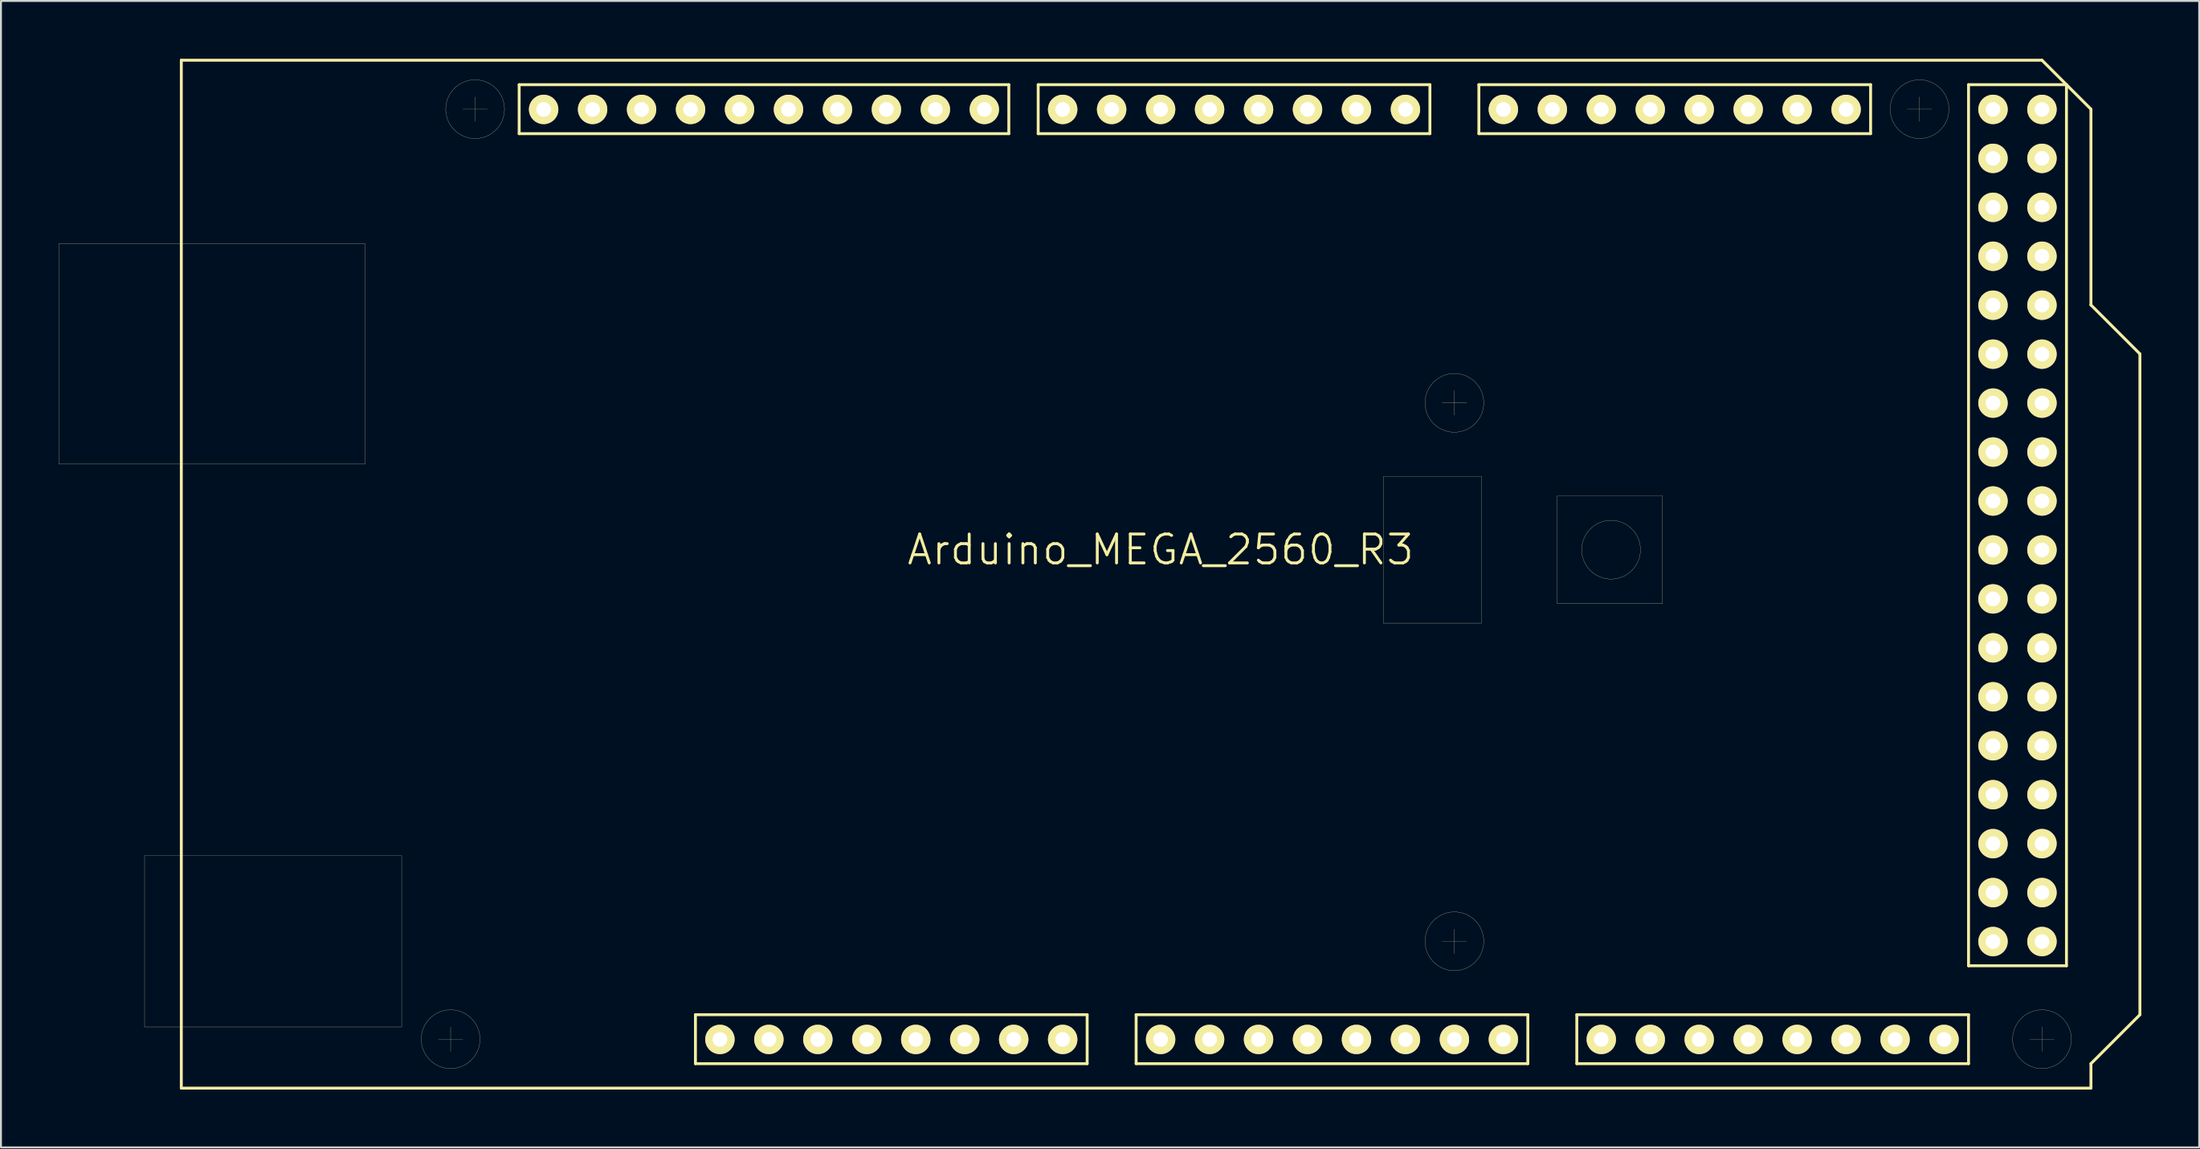
<source format=kicad_pcb>
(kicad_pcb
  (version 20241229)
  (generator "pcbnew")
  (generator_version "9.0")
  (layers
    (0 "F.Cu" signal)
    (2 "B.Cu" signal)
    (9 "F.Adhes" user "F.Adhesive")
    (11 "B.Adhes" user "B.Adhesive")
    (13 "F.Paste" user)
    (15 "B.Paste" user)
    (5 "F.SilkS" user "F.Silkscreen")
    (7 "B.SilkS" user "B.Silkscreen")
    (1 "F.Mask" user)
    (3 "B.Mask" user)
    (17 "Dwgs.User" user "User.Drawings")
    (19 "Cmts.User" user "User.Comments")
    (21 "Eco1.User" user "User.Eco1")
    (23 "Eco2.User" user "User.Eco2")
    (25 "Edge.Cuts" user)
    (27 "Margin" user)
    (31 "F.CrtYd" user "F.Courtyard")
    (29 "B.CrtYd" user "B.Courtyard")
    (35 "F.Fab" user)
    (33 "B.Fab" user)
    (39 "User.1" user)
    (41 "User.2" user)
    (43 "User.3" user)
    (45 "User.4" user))
  (footprint "Arduino_MEGA_2560_R3"
    (layer "F.Cu")
    (at 57.155 26.745)
    (property "Reference" "Arduino_MEGA_2560_R3" (at 0 -1.27 0) (layer "F.SilkS") (effects (font (size 1.5 1.5) (thickness 0.15))))
    (attr through_hole)
    (fp_line (start -57.15 -17.145) (end -41.275 -17.145) (stroke (width 0.01) (type solid)) (layer "F.SilkS"))
    (fp_line (start -57.15 -5.715) (end -57.15 -17.145) (stroke (width 0.01) (type solid)) (layer "F.SilkS"))
    (fp_line (start -52.705 14.605) (end -52.705 23.495) (stroke (width 0.01) (type solid)) (layer "F.SilkS"))
    (fp_line (start -52.705 23.495) (end -39.37 23.495) (stroke (width 0.01) (type solid)) (layer "F.SilkS"))
    (fp_line (start -50.8 -26.67) (end -50.8 26.67) (stroke (width 0.15) (type solid)) (layer "F.SilkS"))
    (fp_line (start -50.8 26.67) (end 48.26 26.67) (stroke (width 0.15) (type solid)) (layer "F.SilkS"))
    (fp_line (start -41.275 -17.145) (end -41.275 -5.715) (stroke (width 0.01) (type solid)) (layer "F.SilkS"))
    (fp_line (start -41.275 -5.715) (end -57.15 -5.715) (stroke (width 0.01) (type solid)) (layer "F.SilkS"))
    (fp_line (start -39.37 14.605) (end -52.705 14.605) (stroke (width 0.01) (type solid)) (layer "F.SilkS"))
    (fp_line (start -39.37 23.495) (end -39.37 14.605) (stroke (width 0.01) (type solid)) (layer "F.SilkS"))
    (fp_line (start -37.465 24.13) (end -36.195 24.13) (stroke (width 0.01) (type solid)) (layer "F.SilkS"))
    (fp_line (start -36.83 23.495) (end -36.83 24.765) (stroke (width 0.01) (type solid)) (layer "F.SilkS"))
    (fp_line (start -36.195 -24.13) (end -34.925 -24.13) (stroke (width 0.01) (type solid)) (layer "F.SilkS"))
    (fp_line (start -35.56 -24.765) (end -35.56 -23.495) (stroke (width 0.01) (type solid)) (layer "F.SilkS"))
    (fp_line (start -33.274 -25.4) (end -7.874 -25.4) (stroke (width 0.15) (type solid)) (layer "F.SilkS"))
    (fp_line (start -33.274 -22.86) (end -33.274 -25.4) (stroke (width 0.15) (type solid)) (layer "F.SilkS"))
    (fp_line (start -24.13 22.86) (end -3.81 22.86) (stroke (width 0.15) (type solid)) (layer "F.SilkS"))
    (fp_line (start -24.13 25.4) (end -24.13 22.86) (stroke (width 0.15) (type solid)) (layer "F.SilkS"))
    (fp_line (start -7.874 -25.4) (end -7.874 -22.86) (stroke (width 0.15) (type solid)) (layer "F.SilkS"))
    (fp_line (start -7.874 -22.86) (end -33.274 -22.86) (stroke (width 0.15) (type solid)) (layer "F.SilkS"))
    (fp_line (start -6.35 -25.4) (end 13.97 -25.4) (stroke (width 0.15) (type solid)) (layer "F.SilkS"))
    (fp_line (start -6.35 -22.86) (end -6.35 -25.4) (stroke (width 0.15) (type solid)) (layer "F.SilkS"))
    (fp_line (start -3.81 22.86) (end -3.81 25.4) (stroke (width 0.15) (type solid)) (layer "F.SilkS"))
    (fp_line (start -3.81 25.4) (end -24.13 25.4) (stroke (width 0.15) (type solid)) (layer "F.SilkS"))
    (fp_line (start -1.27 22.86) (end -1.27 25.4) (stroke (width 0.15) (type solid)) (layer "F.SilkS"))
    (fp_line (start -1.27 25.4) (end 19.05 25.4) (stroke (width 0.15) (type solid)) (layer "F.SilkS"))
    (fp_line (start 11.557 -5.08) (end 16.637 -5.08) (stroke (width 0.01) (type solid)) (layer "F.SilkS"))
    (fp_line (start 11.557 2.54) (end 11.557 -5.08) (stroke (width 0.01) (type solid)) (layer "F.SilkS"))
    (fp_line (start 13.97 -25.4) (end 13.97 -22.86) (stroke (width 0.15) (type solid)) (layer "F.SilkS"))
    (fp_line (start 13.97 -22.86) (end -6.35 -22.86) (stroke (width 0.15) (type solid)) (layer "F.SilkS"))
    (fp_line (start 14.605 -8.89) (end 15.875 -8.89) (stroke (width 0.01) (type solid)) (layer "F.SilkS"))
    (fp_line (start 14.605 19.05) (end 15.875 19.05) (stroke (width 0.01) (type solid)) (layer "F.SilkS"))
    (fp_line (start 15.24 -9.525) (end 15.24 -8.255) (stroke (width 0.01) (type solid)) (layer "F.SilkS"))
    (fp_line (start 15.24 18.415) (end 15.24 19.685) (stroke (width 0.01) (type solid)) (layer "F.SilkS"))
    (fp_line (start 16.51 -25.4) (end 36.83 -25.4) (stroke (width 0.15) (type solid)) (layer "F.SilkS"))
    (fp_line (start 16.51 -22.86) (end 16.51 -25.4) (stroke (width 0.15) (type solid)) (layer "F.SilkS"))
    (fp_line (start 16.637 -5.08) (end 16.637 2.54) (stroke (width 0.01) (type solid)) (layer "F.SilkS"))
    (fp_line (start 16.637 2.54) (end 11.557 2.54) (stroke (width 0.01) (type solid)) (layer "F.SilkS"))
    (fp_line (start 19.05 22.86) (end -1.27 22.86) (stroke (width 0.15) (type solid)) (layer "F.SilkS"))
    (fp_line (start 19.05 25.4) (end 19.05 22.86) (stroke (width 0.15) (type solid)) (layer "F.SilkS"))
    (fp_line (start 20.574 -4.064) (end 26.035 -4.064) (stroke (width 0.01) (type solid)) (layer "F.SilkS"))
    (fp_line (start 20.574 1.524) (end 20.574 -4.064) (stroke (width 0.01) (type solid)) (layer "F.SilkS"))
    (fp_line (start 21.59 22.86) (end 41.91 22.86) (stroke (width 0.15) (type solid)) (layer "F.SilkS"))
    (fp_line (start 21.59 25.4) (end 21.59 22.86) (stroke (width 0.15) (type solid)) (layer "F.SilkS"))
    (fp_line (start 26.035 -4.064) (end 26.035 1.524) (stroke (width 0.01) (type solid)) (layer "F.SilkS"))
    (fp_line (start 26.035 1.524) (end 20.574 1.524) (stroke (width 0.01) (type solid)) (layer "F.SilkS"))
    (fp_line (start 36.83 -25.4) (end 36.83 -22.86) (stroke (width 0.15) (type solid)) (layer "F.SilkS"))
    (fp_line (start 36.83 -22.86) (end 16.51 -22.86) (stroke (width 0.15) (type solid)) (layer "F.SilkS"))
    (fp_line (start 38.735 -24.13) (end 40.005 -24.13) (stroke (width 0.01) (type solid)) (layer "F.SilkS"))
    (fp_line (start 39.37 -24.765) (end 39.37 -23.495) (stroke (width 0.01) (type solid)) (layer "F.SilkS"))
    (fp_line (start 41.91 -25.4) (end 41.91 20.32) (stroke (width 0.15) (type solid)) (layer "F.SilkS"))
    (fp_line (start 41.91 20.32) (end 46.99 20.32) (stroke (width 0.15) (type solid)) (layer "F.SilkS"))
    (fp_line (start 41.91 22.86) (end 41.91 25.4) (stroke (width 0.15) (type solid)) (layer "F.SilkS"))
    (fp_line (start 41.91 25.4) (end 21.59 25.4) (stroke (width 0.15) (type solid)) (layer "F.SilkS"))
    (fp_line (start 45.085 24.13) (end 46.355 24.13) (stroke (width 0.01) (type solid)) (layer "F.SilkS"))
    (fp_line (start 45.72 -26.67) (end -50.8 -26.67) (stroke (width 0.15) (type solid)) (layer "F.SilkS"))
    (fp_line (start 45.72 23.495) (end 45.72 24.765) (stroke (width 0.01) (type solid)) (layer "F.SilkS"))
    (fp_line (start 46.99 -25.4) (end 41.91 -25.4) (stroke (width 0.15) (type solid)) (layer "F.SilkS"))
    (fp_line (start 46.99 20.32) (end 46.99 -25.4) (stroke (width 0.15) (type solid)) (layer "F.SilkS"))
    (fp_line (start 48.26 -24.13) (end 45.72 -26.67) (stroke (width 0.15) (type solid)) (layer "F.SilkS"))
    (fp_line (start 48.26 -13.97) (end 48.26 -24.13) (stroke (width 0.15) (type solid)) (layer "F.SilkS"))
    (fp_line (start 48.26 25.4) (end 50.8 22.86) (stroke (width 0.15) (type solid)) (layer "F.SilkS"))
    (fp_line (start 48.26 26.67) (end 48.26 25.4) (stroke (width 0.15) (type solid)) (layer "F.SilkS"))
    (fp_line (start 50.8 -11.43) (end 48.26 -13.97) (stroke (width 0.15) (type solid)) (layer "F.SilkS"))
    (fp_line (start 50.8 22.86) (end 50.8 -11.43) (stroke (width 0.15) (type solid)) (layer "F.SilkS"))
    (fp_circle (center -36.83 24.13) (end -35.306 24.13) (stroke (width 0.01) (type solid)) (fill no) (layer "F.SilkS"))
    (fp_circle (center -35.56 -24.13) (end -37.084 -24.13) (stroke (width 0.01) (type solid)) (fill no) (layer "F.SilkS"))
    (fp_circle (center 15.24 -8.89) (end 13.716 -8.89) (stroke (width 0.01) (type solid)) (fill no) (layer "F.SilkS"))
    (fp_circle (center 15.24 19.05) (end 16.764 19.05) (stroke (width 0.01) (type solid)) (fill no) (layer "F.SilkS"))
    (fp_circle (center 23.368 -1.27) (end 21.844 -1.27) (stroke (width 0.01) (type solid)) (fill no) (layer "F.SilkS"))
    (fp_circle (center 39.37 -24.13) (end 37.846 -24.13) (stroke (width 0.01) (type solid)) (fill no) (layer "F.SilkS"))
    (fp_circle (center 45.72 24.13) (end 47.244 24.13) (stroke (width 0.01) (type solid)) (fill no) (layer "F.SilkS"))
    (pad "0" thru_hole circle (at 12.7 -24.117) (size 1.524 1.524) (drill 0.762) (layers "*.Cu" "*.Mask" "F.SilkS"))
    (pad "1" thru_hole circle (at 10.16 -24.117) (size 1.524 1.524) (drill 0.762) (layers "*.Cu" "*.Mask" "F.SilkS"))
    (pad "2" thru_hole circle (at 7.62 -24.117) (size 1.524 1.524) (drill 0.762) (layers "*.Cu" "*.Mask" "F.SilkS"))
    (pad "3" thru_hole circle (at 5.08 -24.117) (size 1.524 1.524) (drill 0.762) (layers "*.Cu" "*.Mask" "F.SilkS"))
    (pad "3V3" thru_hole circle (at -15.24 24.143) (size 1.524 1.524) (drill 0.762) (layers "*.Cu" "*.Mask" "F.SilkS"))
    (pad "4" thru_hole circle (at 2.54 -24.117) (size 1.524 1.524) (drill 0.762) (layers "*.Cu" "*.Mask" "F.SilkS"))
    (pad "5" thru_hole circle (at 0 -24.117) (size 1.524 1.524) (drill 0.762) (layers "*.Cu" "*.Mask" "F.SilkS"))
    (pad "5V/1" thru_hole circle (at -12.7 24.143) (size 1.524 1.524) (drill 0.762) (layers "*.Cu" "*.Mask" "F.SilkS"))
    (pad "5V/2" thru_hole circle (at 43.18 -24.117) (size 1.524 1.524) (drill 0.762) (layers "*.Cu" "*.Mask" "F.SilkS"))
    (pad "5V/3" thru_hole circle (at 45.72 -24.117) (size 1.524 1.524) (drill 0.762) (layers "*.Cu" "*.Mask" "F.SilkS"))
    (pad "6" thru_hole circle (at -2.54 -24.117) (size 1.524 1.524) (drill 0.762) (layers "*.Cu" "*.Mask" "F.SilkS"))
    (pad "7" thru_hole circle (at -5.08 -24.117) (size 1.524 1.524) (drill 0.762) (layers "*.Cu" "*.Mask" "F.SilkS"))
    (pad "8" thru_hole circle (at -9.144 -24.117) (size 1.524 1.524) (drill 0.762) (layers "*.Cu" "*.Mask" "F.SilkS"))
    (pad "9" thru_hole circle (at -11.684 -24.117) (size 1.524 1.524) (drill 0.762) (layers "*.Cu" "*.Mask" "F.SilkS"))
    (pad "10" thru_hole circle (at -14.224 -24.117) (size 1.524 1.524) (drill 0.762) (layers "*.Cu" "*.Mask" "F.SilkS"))
    (pad "11" thru_hole circle (at -16.764 -24.117) (size 1.524 1.524) (drill 0.762) (layers "*.Cu" "*.Mask" "F.SilkS"))
    (pad "12" thru_hole circle (at -19.304 -24.117) (size 1.524 1.524) (drill 0.762) (layers "*.Cu" "*.Mask" "F.SilkS"))
    (pad "13" thru_hole circle (at -21.844 -24.117) (size 1.524 1.524) (drill 0.762) (layers "*.Cu" "*.Mask" "F.SilkS"))
    (pad "14" thru_hole circle (at 17.78 -24.117) (size 1.524 1.524) (drill 0.762) (layers "*.Cu" "*.Mask" "F.SilkS"))
    (pad "15" thru_hole circle (at 20.32 -24.117) (size 1.524 1.524) (drill 0.762) (layers "*.Cu" "*.Mask" "F.SilkS"))
    (pad "16" thru_hole circle (at 22.86 -24.117) (size 1.524 1.524) (drill 0.762) (layers "*.Cu" "*.Mask" "F.SilkS"))
    (pad "17" thru_hole circle (at 25.4 -24.117) (size 1.524 1.524) (drill 0.762) (layers "*.Cu" "*.Mask" "F.SilkS"))
    (pad "18" thru_hole circle (at 27.94 -24.117) (size 1.524 1.524) (drill 0.762) (layers "*.Cu" "*.Mask" "F.SilkS"))
    (pad "19" thru_hole circle (at 30.48 -24.117) (size 1.524 1.524) (drill 0.762) (layers "*.Cu" "*.Mask" "F.SilkS"))
    (pad "20/1" thru_hole circle (at 33.02 -24.117) (size 1.524 1.524) (drill 0.762) (layers "*.Cu" "*.Mask" "F.SilkS"))
    (pad "20/2" thru_hole circle (at -29.464 -24.117) (size 1.524 1.524) (drill 0.762) (layers "*.Cu" "*.Mask" "F.SilkS"))
    (pad "21/1" thru_hole circle (at 35.56 -24.117) (size 1.524 1.524) (drill 0.762) (layers "*.Cu" "*.Mask" "F.SilkS"))
    (pad "21/2" thru_hole circle (at -32.004 -24.117) (size 1.524 1.524) (drill 0.762) (layers "*.Cu" "*.Mask" "F.SilkS"))
    (pad "22" thru_hole circle (at 43.18 -21.577) (size 1.524 1.524) (drill 0.762) (layers "*.Cu" "*.Mask" "F.SilkS"))
    (pad "23" thru_hole circle (at 45.72 -21.577) (size 1.524 1.524) (drill 0.762) (layers "*.Cu" "*.Mask" "F.SilkS"))
    (pad "24" thru_hole circle (at 43.18 -19.037) (size 1.524 1.524) (drill 0.762) (layers "*.Cu" "*.Mask" "F.SilkS"))
    (pad "25" thru_hole circle (at 45.72 -19.037) (size 1.524 1.524) (drill 0.762) (layers "*.Cu" "*.Mask" "F.SilkS"))
    (pad "26" thru_hole circle (at 43.18 -16.497) (size 1.524 1.524) (drill 0.762) (layers "*.Cu" "*.Mask" "F.SilkS"))
    (pad "27" thru_hole circle (at 45.72 -16.497) (size 1.524 1.524) (drill 0.762) (layers "*.Cu" "*.Mask" "F.SilkS"))
    (pad "28" thru_hole circle (at 43.18 -13.957) (size 1.524 1.524) (drill 0.762) (layers "*.Cu" "*.Mask" "F.SilkS"))
    (pad "29" thru_hole circle (at 45.72 -13.957) (size 1.524 1.524) (drill 0.762) (layers "*.Cu" "*.Mask" "F.SilkS"))
    (pad "30" thru_hole circle (at 43.18 -11.417) (size 1.524 1.524) (drill 0.762) (layers "*.Cu" "*.Mask" "F.SilkS"))
    (pad "31" thru_hole circle (at 45.72 -11.417) (size 1.524 1.524) (drill 0.762) (layers "*.Cu" "*.Mask" "F.SilkS"))
    (pad "32" thru_hole circle (at 43.18 -8.877) (size 1.524 1.524) (drill 0.762) (layers "*.Cu" "*.Mask" "F.SilkS"))
    (pad "33" thru_hole circle (at 45.72 -8.877) (size 1.524 1.524) (drill 0.762) (layers "*.Cu" "*.Mask" "F.SilkS"))
    (pad "34" thru_hole circle (at 43.18 -6.337) (size 1.524 1.524) (drill 0.762) (layers "*.Cu" "*.Mask" "F.SilkS"))
    (pad "35" thru_hole circle (at 45.72 -6.337) (size 1.524 1.524) (drill 0.762) (layers "*.Cu" "*.Mask" "F.SilkS"))
    (pad "36" thru_hole circle (at 43.18 -3.797) (size 1.524 1.524) (drill 0.762) (layers "*.Cu" "*.Mask" "F.SilkS"))
    (pad "37" thru_hole circle (at 45.72 -3.797) (size 1.524 1.524) (drill 0.762) (layers "*.Cu" "*.Mask" "F.SilkS"))
    (pad "38" thru_hole circle (at 43.18 -1.257) (size 1.524 1.524) (drill 0.762) (layers "*.Cu" "*.Mask" "F.SilkS"))
    (pad "39" thru_hole circle (at 45.72 -1.257) (size 1.524 1.524) (drill 0.762) (layers "*.Cu" "*.Mask" "F.SilkS"))
    (pad "40" thru_hole circle (at 43.18 1.283) (size 1.524 1.524) (drill 0.762) (layers "*.Cu" "*.Mask" "F.SilkS"))
    (pad "41" thru_hole circle (at 45.72 1.283) (size 1.524 1.524) (drill 0.762) (layers "*.Cu" "*.Mask" "F.SilkS"))
    (pad "42" thru_hole circle (at 43.18 3.823) (size 1.524 1.524) (drill 0.762) (layers "*.Cu" "*.Mask" "F.SilkS"))
    (pad "43" thru_hole circle (at 45.72 3.823) (size 1.524 1.524) (drill 0.762) (layers "*.Cu" "*.Mask" "F.SilkS"))
    (pad "44" thru_hole circle (at 43.18 6.363) (size 1.524 1.524) (drill 0.762) (layers "*.Cu" "*.Mask" "F.SilkS"))
    (pad "45" thru_hole circle (at 45.72 6.363) (size 1.524 1.524) (drill 0.762) (layers "*.Cu" "*.Mask" "F.SilkS"))
    (pad "46" thru_hole circle (at 43.18 8.903) (size 1.524 1.524) (drill 0.762) (layers "*.Cu" "*.Mask" "F.SilkS"))
    (pad "47" thru_hole circle (at 45.72 8.903) (size 1.524 1.524) (drill 0.762) (layers "*.Cu" "*.Mask" "F.SilkS"))
    (pad "48" thru_hole circle (at 43.18 11.443) (size 1.524 1.524) (drill 0.762) (layers "*.Cu" "*.Mask" "F.SilkS"))
    (pad "49" thru_hole circle (at 45.72 11.443) (size 1.524 1.524) (drill 0.762) (layers "*.Cu" "*.Mask" "F.SilkS"))
    (pad "50" thru_hole circle (at 43.18 13.983) (size 1.524 1.524) (drill 0.762) (layers "*.Cu" "*.Mask" "F.SilkS"))
    (pad "51" thru_hole circle (at 45.72 13.983) (size 1.524 1.524) (drill 0.762) (layers "*.Cu" "*.Mask" "F.SilkS"))
    (pad "52" thru_hole circle (at 43.18 16.523) (size 1.524 1.524) (drill 0.762) (layers "*.Cu" "*.Mask" "F.SilkS"))
    (pad "53" thru_hole circle (at 45.72 16.523) (size 1.524 1.524) (drill 0.762) (layers "*.Cu" "*.Mask" "F.SilkS"))
    (pad "A0" thru_hole circle (at 0 24.143) (size 1.524 1.524) (drill 0.762) (layers "*.Cu" "*.Mask" "F.SilkS"))
    (pad "A1" thru_hole circle (at 2.54 24.143) (size 1.524 1.524) (drill 0.762) (layers "*.Cu" "*.Mask" "F.SilkS"))
    (pad "A2" thru_hole circle (at 5.08 24.143) (size 1.524 1.524) (drill 0.762) (layers "*.Cu" "*.Mask" "F.SilkS"))
    (pad "A3" thru_hole circle (at 7.62 24.143) (size 1.524 1.524) (drill 0.762) (layers "*.Cu" "*.Mask" "F.SilkS"))
    (pad "A4" thru_hole circle (at 10.16 24.143) (size 1.524 1.524) (drill 0.762) (layers "*.Cu" "*.Mask" "F.SilkS"))
    (pad "A5" thru_hole circle (at 12.7 24.143) (size 1.524 1.524) (drill 0.762) (layers "*.Cu" "*.Mask" "F.SilkS"))
    (pad "A6" thru_hole circle (at 15.24 24.143) (size 1.524 1.524) (drill 0.762) (layers "*.Cu" "*.Mask" "F.SilkS"))
    (pad "A7" thru_hole circle (at 17.78 24.143) (size 1.524 1.524) (drill 0.762) (layers "*.Cu" "*.Mask" "F.SilkS"))
    (pad "A8" thru_hole circle (at 22.86 24.143) (size 1.524 1.524) (drill 0.762) (layers "*.Cu" "*.Mask" "F.SilkS"))
    (pad "A9" thru_hole circle (at 25.4 24.143) (size 1.524 1.524) (drill 0.762) (layers "*.Cu" "*.Mask" "F.SilkS"))
    (pad "A10" thru_hole circle (at 27.94 24.143) (size 1.524 1.524) (drill 0.762) (layers "*.Cu" "*.Mask" "F.SilkS"))
    (pad "A11" thru_hole circle (at 30.48 24.143) (size 1.524 1.524) (drill 0.762) (layers "*.Cu" "*.Mask" "F.SilkS"))
    (pad "A12" thru_hole circle (at 33.02 24.143) (size 1.524 1.524) (drill 0.762) (layers "*.Cu" "*.Mask" "F.SilkS"))
    (pad "A13" thru_hole circle (at 35.56 24.143) (size 1.524 1.524) (drill 0.762) (layers "*.Cu" "*.Mask" "F.SilkS"))
    (pad "A14" thru_hole circle (at 38.1 24.143) (size 1.524 1.524) (drill 0.762) (layers "*.Cu" "*.Mask" "F.SilkS"))
    (pad "A15" thru_hole circle (at 40.64 24.143) (size 1.524 1.524) (drill 0.762) (layers "*.Cu" "*.Mask" "F.SilkS"))
    (pad "AREF" thru_hole circle (at -26.924 -24.117) (size 1.524 1.524) (drill 0.762) (layers "*.Cu" "*.Mask" "F.SilkS"))
    (pad "GND1" thru_hole circle (at -10.16 24.143) (size 1.524 1.524) (drill 0.762) (layers "*.Cu" "*.Mask" "F.SilkS"))
    (pad "GND2" thru_hole circle (at -7.62 24.143) (size 1.524 1.524) (drill 0.762) (layers "*.Cu" "*.Mask" "F.SilkS"))
    (pad "GND3" thru_hole circle (at -24.384 -24.117) (size 1.524 1.524) (drill 0.762) (layers "*.Cu" "*.Mask" "F.SilkS"))
    (pad "GND4" thru_hole circle (at 43.18 19.063) (size 1.524 1.524) (drill 0.762) (layers "*.Cu" "*.Mask" "F.SilkS"))
    (pad "GND5" thru_hole circle (at 45.72 19.063) (size 1.524 1.524) (drill 0.762) (layers "*.Cu" "*.Mask" "F.SilkS"))
    (pad "IREF" thru_hole circle (at -20.32 24.143) (size 1.524 1.524) (drill 0.762) (layers "*.Cu" "*.Mask" "F.SilkS"))
    (pad "NC" thru_hole circle (at -22.86 24.143) (size 1.524 1.524) (drill 0.762) (layers "*.Cu" "*.Mask" "F.SilkS"))
    (pad "RST" thru_hole circle (at -17.78 24.143) (size 1.524 1.524) (drill 0.762) (layers "*.Cu" "*.Mask" "F.SilkS"))
    (pad "VIN" thru_hole circle (at -5.08 24.143) (size 1.524 1.524) (drill 0.762) (layers "*.Cu" "*.Mask" "F.SilkS")))
  (gr_rect
    (start -3 -3)
    (end 111.03 56.49)
    (stroke (width 0.1) (type default))
    (fill no)
    (layer "Edge.Cuts")))
</source>
